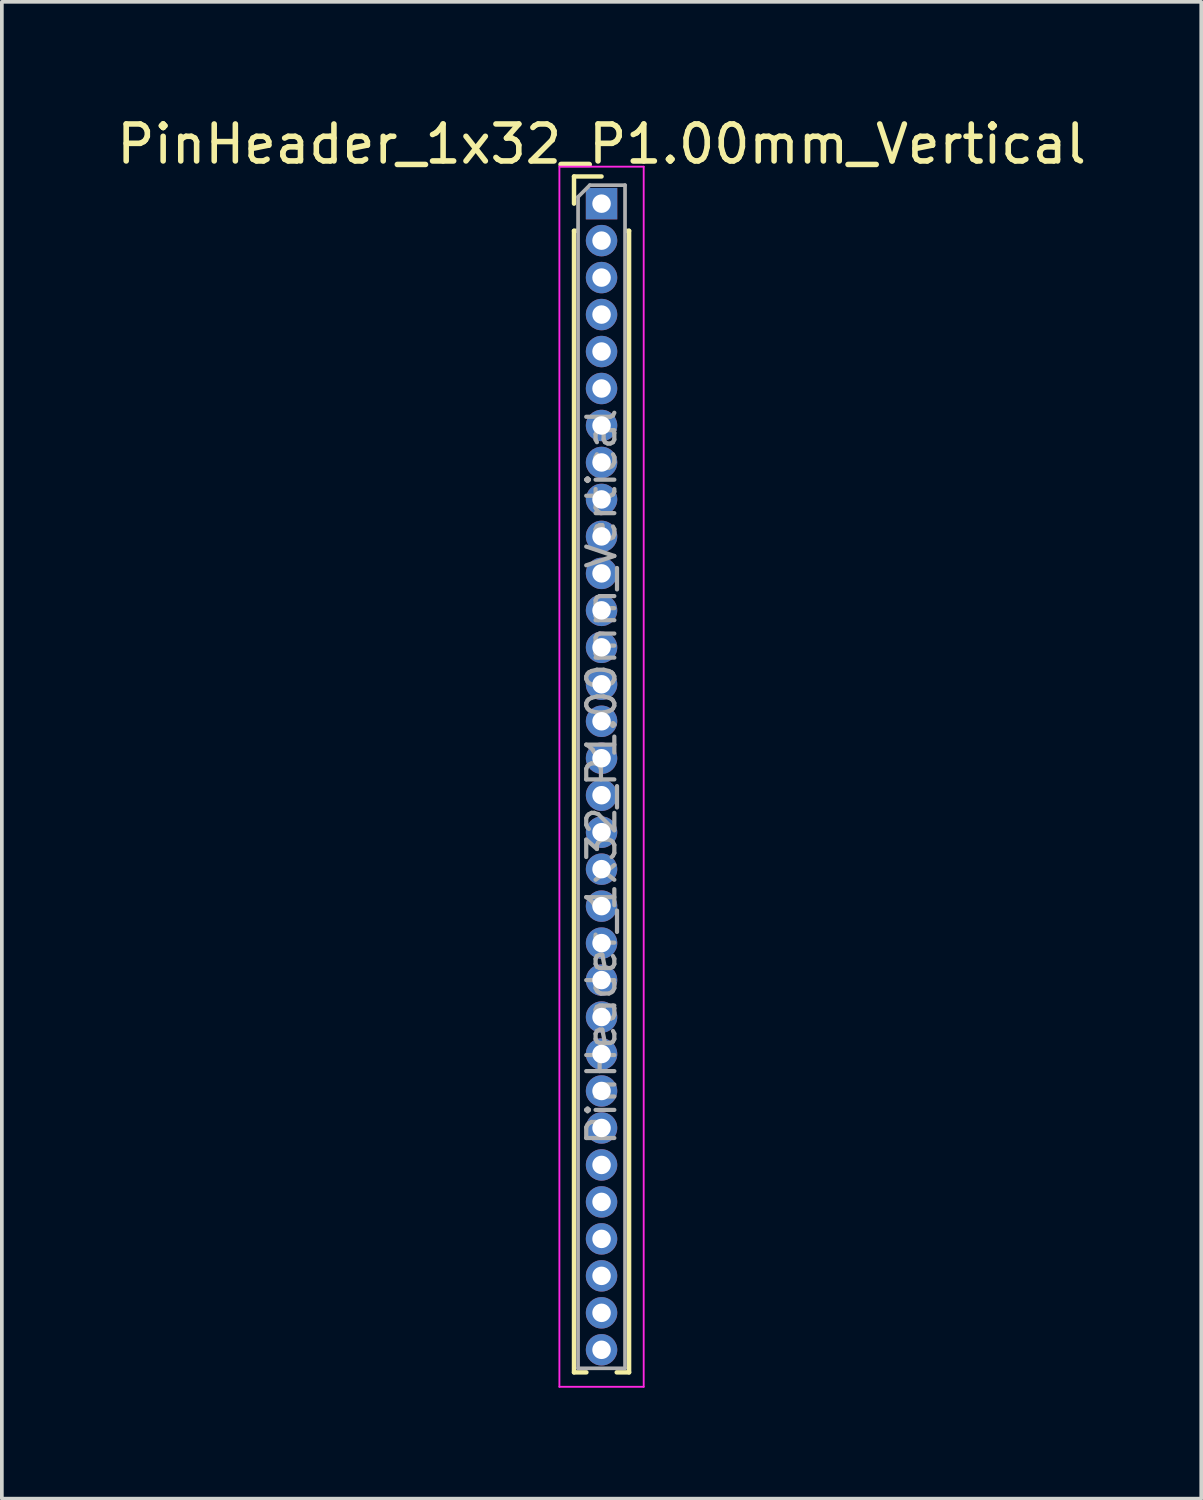
<source format=kicad_pcb>
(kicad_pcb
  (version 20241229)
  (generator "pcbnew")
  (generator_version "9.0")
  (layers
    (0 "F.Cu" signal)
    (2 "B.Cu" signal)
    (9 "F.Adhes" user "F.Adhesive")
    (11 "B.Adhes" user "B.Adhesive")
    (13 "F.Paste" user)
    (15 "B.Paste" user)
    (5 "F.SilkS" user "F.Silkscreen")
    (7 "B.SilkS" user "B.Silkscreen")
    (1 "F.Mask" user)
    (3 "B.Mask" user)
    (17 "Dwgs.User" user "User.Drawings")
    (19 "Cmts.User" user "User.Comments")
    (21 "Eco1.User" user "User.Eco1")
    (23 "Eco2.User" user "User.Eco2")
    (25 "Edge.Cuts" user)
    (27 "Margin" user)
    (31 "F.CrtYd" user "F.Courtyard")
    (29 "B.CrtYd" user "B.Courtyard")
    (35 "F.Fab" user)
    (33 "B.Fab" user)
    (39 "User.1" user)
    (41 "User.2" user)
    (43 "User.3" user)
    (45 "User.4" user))
  (footprint "PinHeader_1x32_P1.00mm_Vertical"
    (layer "F.Cu")
    (at 13.22 2.458)
    (property "Reference" "PinHeader_1x32_P1.00mm_Vertical" (at 0 -1.61 0) (layer "F.SilkS") (effects (font (size 1 1) (thickness 0.15))))
    (attr through_hole)
    (fp_line (start -0.745 -0.735) (end 0 -0.735) (stroke (width 0.12) (type solid)) (layer "F.SilkS"))
    (fp_line (start -0.745 0) (end -0.745 -0.735) (stroke (width 0.12) (type solid)) (layer "F.SilkS"))
    (fp_line (start -0.745 0.735) (end -0.745 31.61) (stroke (width 0.12) (type solid)) (layer "F.SilkS"))
    (fp_line (start -0.745 0.735) (end -0.686 0.735) (stroke (width 0.12) (type solid)) (layer "F.SilkS"))
    (fp_line (start -0.745 31.61) (end -0.41 31.61) (stroke (width 0.12) (type solid)) (layer "F.SilkS"))
    (fp_line (start 0.41 31.61) (end 0.745 31.61) (stroke (width 0.12) (type solid)) (layer "F.SilkS"))
    (fp_line (start 0.686 0.735) (end 0.745 0.735) (stroke (width 0.12) (type solid)) (layer "F.SilkS"))
    (fp_line (start 0.745 0.735) (end 0.745 31.61) (stroke (width 0.12) (type solid)) (layer "F.SilkS"))
    (fp_line (start -1.14 -1) (end -1.14 32) (stroke (width 0.05) (type solid)) (layer "F.CrtYd"))
    (fp_line (start -1.14 32) (end 1.14 32) (stroke (width 0.05) (type solid)) (layer "F.CrtYd"))
    (fp_line (start 1.14 -1) (end -1.14 -1) (stroke (width 0.05) (type solid)) (layer "F.CrtYd"))
    (fp_line (start 1.14 32) (end 1.14 -1) (stroke (width 0.05) (type solid)) (layer "F.CrtYd"))
    (fp_line (start -0.635 -0.182) (end -0.318 -0.5) (stroke (width 0.1) (type solid)) (layer "F.Fab"))
    (fp_line (start -0.635 31.5) (end -0.635 -0.182) (stroke (width 0.1) (type solid)) (layer "F.Fab"))
    (fp_line (start -0.318 -0.5) (end 0.635 -0.5) (stroke (width 0.1) (type solid)) (layer "F.Fab"))
    (fp_line (start 0.635 -0.5) (end 0.635 31.5) (stroke (width 0.1) (type solid)) (layer "F.Fab"))
    (fp_line (start 0.635 31.5) (end -0.635 31.5) (stroke (width 0.1) (type solid)) (layer "F.Fab"))
    (fp_text user "${REFERENCE}" (at 0 15.5 90) (layer "F.Fab") (effects (font (size 0.76 0.76) (thickness 0.114))))
    (pad "1" thru_hole rect (at 0 0) (size 0.85 0.85) (drill 0.5) (layers "*.Cu" "*.Mask"))
    (pad "2" thru_hole circle (at 0 1) (size 0.85 0.85) (drill 0.5) (layers "*.Cu" "*.Mask"))
    (pad "3" thru_hole circle (at 0 2) (size 0.85 0.85) (drill 0.5) (layers "*.Cu" "*.Mask"))
    (pad "4" thru_hole circle (at 0 3) (size 0.85 0.85) (drill 0.5) (layers "*.Cu" "*.Mask"))
    (pad "5" thru_hole circle (at 0 4) (size 0.85 0.85) (drill 0.5) (layers "*.Cu" "*.Mask"))
    (pad "6" thru_hole circle (at 0 5) (size 0.85 0.85) (drill 0.5) (layers "*.Cu" "*.Mask"))
    (pad "7" thru_hole circle (at 0 6) (size 0.85 0.85) (drill 0.5) (layers "*.Cu" "*.Mask"))
    (pad "8" thru_hole circle (at 0 7) (size 0.85 0.85) (drill 0.5) (layers "*.Cu" "*.Mask"))
    (pad "9" thru_hole circle (at 0 8) (size 0.85 0.85) (drill 0.5) (layers "*.Cu" "*.Mask"))
    (pad "10" thru_hole circle (at 0 9) (size 0.85 0.85) (drill 0.5) (layers "*.Cu" "*.Mask"))
    (pad "11" thru_hole circle (at 0 10) (size 0.85 0.85) (drill 0.5) (layers "*.Cu" "*.Mask"))
    (pad "12" thru_hole circle (at 0 11) (size 0.85 0.85) (drill 0.5) (layers "*.Cu" "*.Mask"))
    (pad "13" thru_hole circle (at 0 12) (size 0.85 0.85) (drill 0.5) (layers "*.Cu" "*.Mask"))
    (pad "14" thru_hole circle (at 0 13) (size 0.85 0.85) (drill 0.5) (layers "*.Cu" "*.Mask"))
    (pad "15" thru_hole circle (at 0 14) (size 0.85 0.85) (drill 0.5) (layers "*.Cu" "*.Mask"))
    (pad "16" thru_hole circle (at 0 15) (size 0.85 0.85) (drill 0.5) (layers "*.Cu" "*.Mask"))
    (pad "17" thru_hole circle (at 0 16) (size 0.85 0.85) (drill 0.5) (layers "*.Cu" "*.Mask"))
    (pad "18" thru_hole circle (at 0 17) (size 0.85 0.85) (drill 0.5) (layers "*.Cu" "*.Mask"))
    (pad "19" thru_hole circle (at 0 18) (size 0.85 0.85) (drill 0.5) (layers "*.Cu" "*.Mask"))
    (pad "20" thru_hole circle (at 0 19) (size 0.85 0.85) (drill 0.5) (layers "*.Cu" "*.Mask"))
    (pad "21" thru_hole circle (at 0 20) (size 0.85 0.85) (drill 0.5) (layers "*.Cu" "*.Mask"))
    (pad "22" thru_hole circle (at 0 21) (size 0.85 0.85) (drill 0.5) (layers "*.Cu" "*.Mask"))
    (pad "23" thru_hole circle (at 0 22) (size 0.85 0.85) (drill 0.5) (layers "*.Cu" "*.Mask"))
    (pad "24" thru_hole circle (at 0 23) (size 0.85 0.85) (drill 0.5) (layers "*.Cu" "*.Mask"))
    (pad "25" thru_hole circle (at 0 24) (size 0.85 0.85) (drill 0.5) (layers "*.Cu" "*.Mask"))
    (pad "26" thru_hole circle (at 0 25) (size 0.85 0.85) (drill 0.5) (layers "*.Cu" "*.Mask"))
    (pad "27" thru_hole circle (at 0 26) (size 0.85 0.85) (drill 0.5) (layers "*.Cu" "*.Mask"))
    (pad "28" thru_hole circle (at 0 27) (size 0.85 0.85) (drill 0.5) (layers "*.Cu" "*.Mask"))
    (pad "29" thru_hole circle (at 0 28) (size 0.85 0.85) (drill 0.5) (layers "*.Cu" "*.Mask"))
    (pad "30" thru_hole circle (at 0 29) (size 0.85 0.85) (drill 0.5) (layers "*.Cu" "*.Mask"))
    (pad "31" thru_hole circle (at 0 30) (size 0.85 0.85) (drill 0.5) (layers "*.Cu" "*.Mask"))
    (pad "32" thru_hole circle (at 0 31) (size 0.85 0.85) (drill 0.5) (layers "*.Cu" "*.Mask")))
  (gr_rect
    (start -3 -3)
    (end 29.44 37.483)
    (stroke (width 0.1) (type default))
    (fill no)
    (layer "Edge.Cuts")))
</source>
